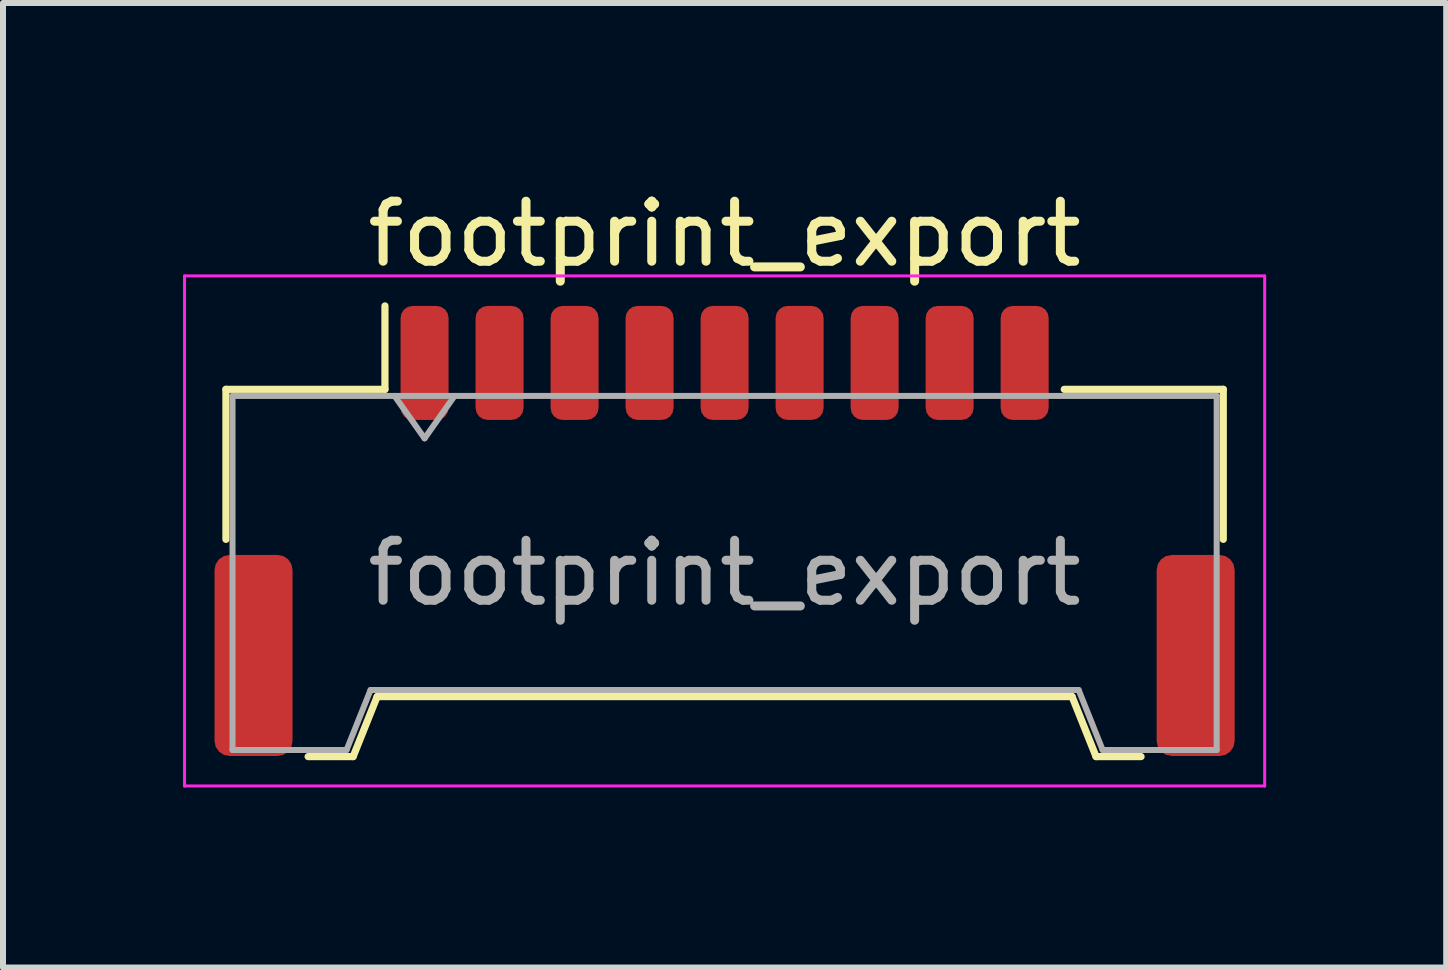
<source format=kicad_pcb>
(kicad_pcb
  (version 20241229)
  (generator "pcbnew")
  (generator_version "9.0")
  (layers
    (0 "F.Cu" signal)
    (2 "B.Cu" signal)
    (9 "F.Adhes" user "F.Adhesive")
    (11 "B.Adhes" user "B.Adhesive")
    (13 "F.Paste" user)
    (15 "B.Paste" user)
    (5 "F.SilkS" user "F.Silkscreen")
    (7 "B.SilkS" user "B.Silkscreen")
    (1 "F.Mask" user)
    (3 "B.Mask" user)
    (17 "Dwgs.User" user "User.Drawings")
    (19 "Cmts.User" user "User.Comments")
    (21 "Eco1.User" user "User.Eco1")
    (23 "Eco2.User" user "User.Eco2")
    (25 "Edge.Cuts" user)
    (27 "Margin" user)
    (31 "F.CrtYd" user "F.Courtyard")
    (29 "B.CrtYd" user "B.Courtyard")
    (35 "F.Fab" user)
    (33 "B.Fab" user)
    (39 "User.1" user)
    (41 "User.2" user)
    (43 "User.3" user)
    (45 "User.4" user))
  (footprint "footprint_export"
    (layer "F.Cu")
    (at 9.025 5.798)
    (property "Reference" "footprint_export" (at 0 -4.95 0) (layer "F.SilkS") (effects (font (size 1 1) (thickness 0.15))))
    (attr smd)
    (fp_line (start -8.31 -2.36) (end -5.66 -2.36) (stroke (width 0.12) (type solid)) (layer "F.SilkS"))
    (fp_line (start -8.31 0.14) (end -8.31 -2.36) (stroke (width 0.12) (type solid)) (layer "F.SilkS"))
    (fp_line (start -6.94 3.76) (end -6.19 3.76) (stroke (width 0.12) (type solid)) (layer "F.SilkS"))
    (fp_line (start -6.19 3.76) (end -5.79 2.76) (stroke (width 0.12) (type solid)) (layer "F.SilkS"))
    (fp_line (start -5.79 2.76) (end 5.79 2.76) (stroke (width 0.12) (type solid)) (layer "F.SilkS"))
    (fp_line (start -5.66 -2.36) (end -5.66 -3.75) (stroke (width 0.12) (type solid)) (layer "F.SilkS"))
    (fp_line (start 5.79 2.76) (end 6.19 3.76) (stroke (width 0.12) (type solid)) (layer "F.SilkS"))
    (fp_line (start 6.19 3.76) (end 6.94 3.76) (stroke (width 0.12) (type solid)) (layer "F.SilkS"))
    (fp_line (start 8.31 -2.36) (end 5.66 -2.36) (stroke (width 0.12) (type solid)) (layer "F.SilkS"))
    (fp_line (start 8.31 0.14) (end 8.31 -2.36) (stroke (width 0.12) (type solid)) (layer "F.SilkS"))
    (fp_line (start -9 -4.25) (end -9 4.25) (stroke (width 0.05) (type solid)) (layer "F.CrtYd"))
    (fp_line (start -9 4.25) (end 9 4.25) (stroke (width 0.05) (type solid)) (layer "F.CrtYd"))
    (fp_line (start 9 -4.25) (end -9 -4.25) (stroke (width 0.05) (type solid)) (layer "F.CrtYd"))
    (fp_line (start 9 4.25) (end 9 -4.25) (stroke (width 0.05) (type solid)) (layer "F.CrtYd"))
    (fp_line (start -8.2 -2.25) (end -8.2 3.65) (stroke (width 0.1) (type solid)) (layer "F.Fab"))
    (fp_line (start -8.2 -2.25) (end 8.2 -2.25) (stroke (width 0.1) (type solid)) (layer "F.Fab"))
    (fp_line (start -8.2 3.65) (end -6.3 3.65) (stroke (width 0.1) (type solid)) (layer "F.Fab"))
    (fp_line (start -6.3 3.65) (end -5.9 2.65) (stroke (width 0.1) (type solid)) (layer "F.Fab"))
    (fp_line (start -5.9 2.65) (end 5.9 2.65) (stroke (width 0.1) (type solid)) (layer "F.Fab"))
    (fp_line (start -5.5 -2.25) (end -5 -1.543) (stroke (width 0.1) (type solid)) (layer "F.Fab"))
    (fp_line (start -5 -1.543) (end -4.5 -2.25) (stroke (width 0.1) (type solid)) (layer "F.Fab"))
    (fp_line (start 5.9 2.65) (end 6.3 3.65) (stroke (width 0.1) (type solid)) (layer "F.Fab"))
    (fp_line (start 6.3 3.65) (end 8.2 3.65) (stroke (width 0.1) (type solid)) (layer "F.Fab"))
    (fp_line (start 8.2 -2.25) (end 8.2 3.65) (stroke (width 0.1) (type solid)) (layer "F.Fab"))
    (fp_text user "${REFERENCE}" (at 0 0.7 0) (layer "F.Fab") (effects (font (size 1 1) (thickness 0.15))))
    (pad "1" smd roundrect (at -5 -2.8) (size 0.8 1.9) (layers "F.Cu" "F.Mask" "F.Paste") (roundrect_rratio 0.25))
    (pad "2" smd roundrect (at -3.75 -2.8) (size 0.8 1.9) (layers "F.Cu" "F.Mask" "F.Paste") (roundrect_rratio 0.25))
    (pad "3" smd roundrect (at -2.5 -2.8) (size 0.8 1.9) (layers "F.Cu" "F.Mask" "F.Paste") (roundrect_rratio 0.25))
    (pad "4" smd roundrect (at -1.25 -2.8) (size 0.8 1.9) (layers "F.Cu" "F.Mask" "F.Paste") (roundrect_rratio 0.25))
    (pad "5" smd roundrect (at 0 -2.8) (size 0.8 1.9) (layers "F.Cu" "F.Mask" "F.Paste") (roundrect_rratio 0.25))
    (pad "6" smd roundrect (at 1.25 -2.8) (size 0.8 1.9) (layers "F.Cu" "F.Mask" "F.Paste") (roundrect_rratio 0.25))
    (pad "7" smd roundrect (at 2.5 -2.8) (size 0.8 1.9) (layers "F.Cu" "F.Mask" "F.Paste") (roundrect_rratio 0.25))
    (pad "8" smd roundrect (at 3.75 -2.8) (size 0.8 1.9) (layers "F.Cu" "F.Mask" "F.Paste") (roundrect_rratio 0.25))
    (pad "9" smd roundrect (at 5 -2.8) (size 0.8 1.9) (layers "F.Cu" "F.Mask" "F.Paste") (roundrect_rratio 0.25))
    (pad "MP" smd roundrect (at -7.85 2.075) (size 1.3 3.35) (layers "F.Cu" "F.Mask" "F.Paste") (roundrect_rratio 0.192))
    (pad "MP" smd roundrect (at 7.85 2.075) (size 1.3 3.35) (layers "F.Cu" "F.Mask" "F.Paste") (roundrect_rratio 0.192)))
  (gr_rect
    (start -3 -3)
    (end 21.05 13.073)
    (stroke (width 0.1) (type default))
    (fill no)
    (layer "Edge.Cuts")))
</source>
